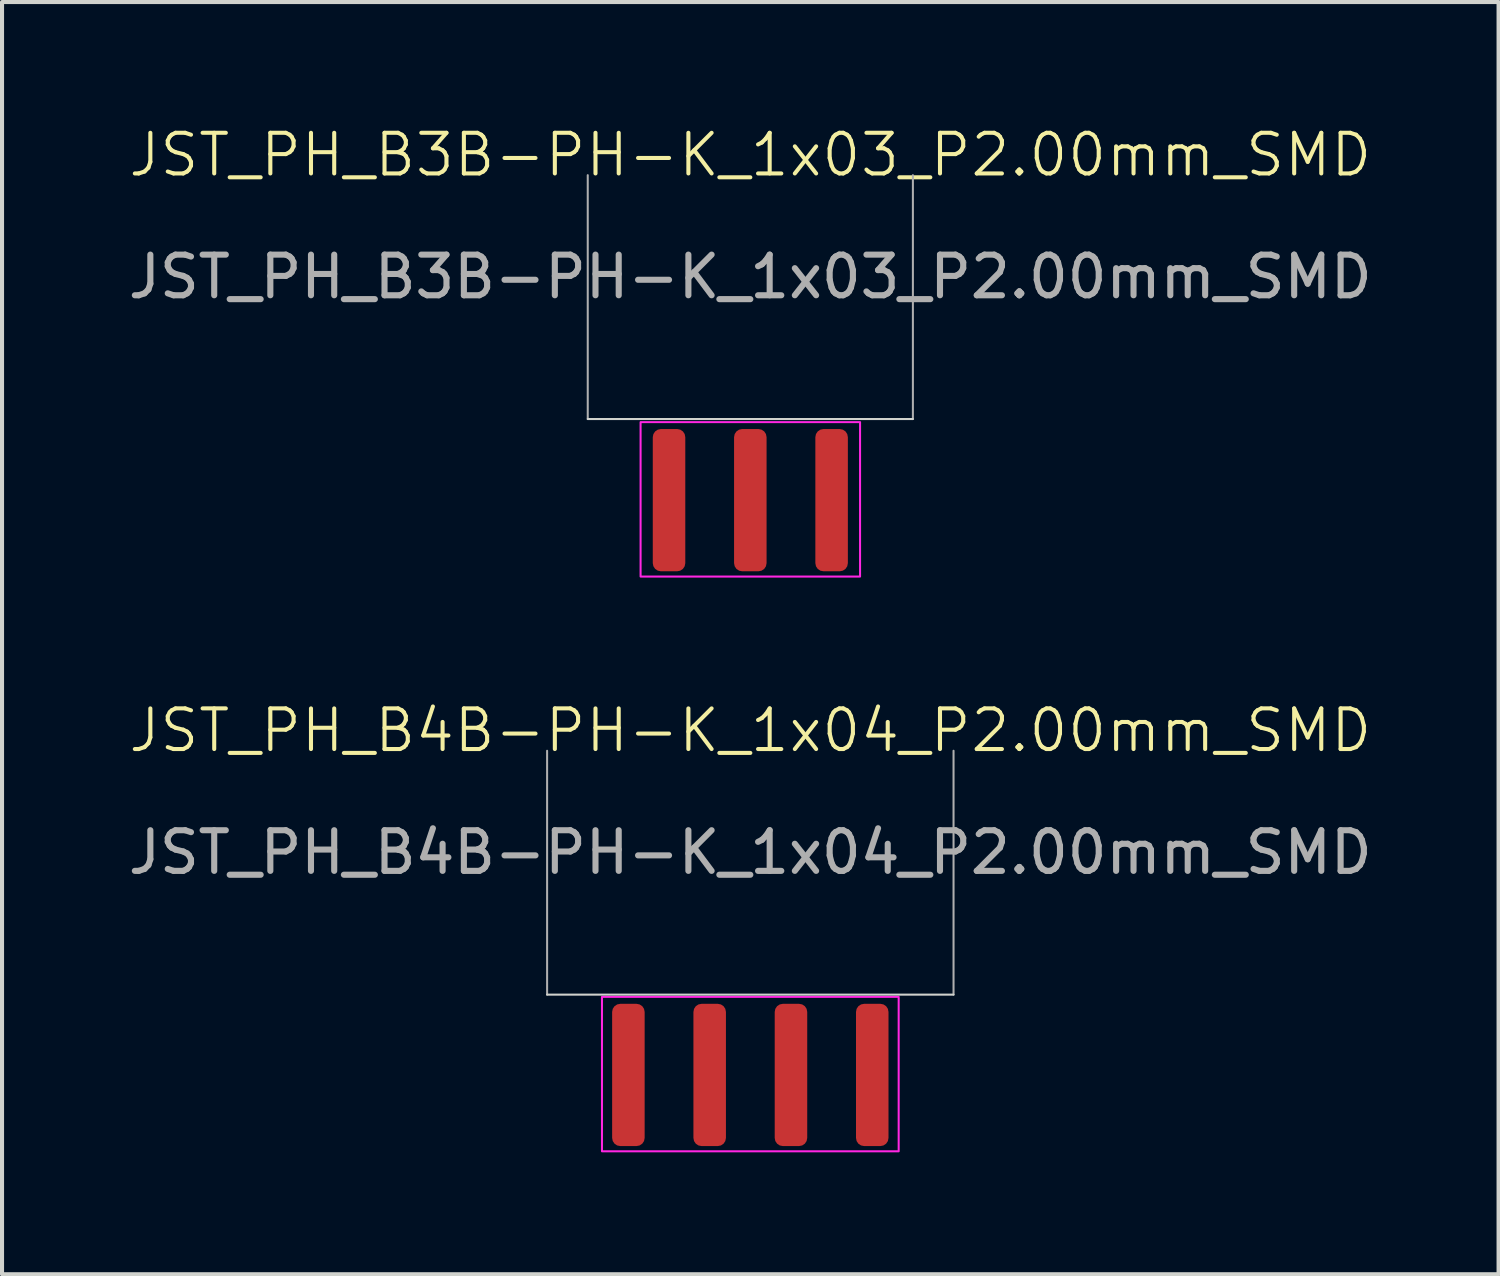
<source format=kicad_pcb>
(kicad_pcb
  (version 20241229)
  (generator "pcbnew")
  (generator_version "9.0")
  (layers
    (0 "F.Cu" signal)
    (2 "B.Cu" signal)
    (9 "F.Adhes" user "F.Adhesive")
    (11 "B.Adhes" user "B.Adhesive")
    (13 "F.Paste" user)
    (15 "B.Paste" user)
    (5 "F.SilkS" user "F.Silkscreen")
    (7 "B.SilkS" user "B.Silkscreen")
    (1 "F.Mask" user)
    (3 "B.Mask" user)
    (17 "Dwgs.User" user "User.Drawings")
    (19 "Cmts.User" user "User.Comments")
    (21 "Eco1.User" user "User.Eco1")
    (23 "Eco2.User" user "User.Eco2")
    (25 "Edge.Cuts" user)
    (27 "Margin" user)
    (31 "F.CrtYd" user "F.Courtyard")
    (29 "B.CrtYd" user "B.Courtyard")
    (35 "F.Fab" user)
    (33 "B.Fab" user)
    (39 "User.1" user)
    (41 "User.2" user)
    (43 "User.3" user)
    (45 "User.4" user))
  (footprint "JST_PH_B4B-PH-K_1x04_P2.00mm_SMD"
    (layer "F.Cu")
    (at 15.411 15.422)
    (property "Reference" "JST_PH_B4B-PH-K_1x04_P2.00mm_SMD" (at 0 -0.5 0) (unlocked yes) (layer "F.SilkS") (effects (font (size 1 1) (thickness 0.1))))
    (attr smd)
    (fp_line (start -5 6) (end 5 6) (stroke (width 0.05) (type default)) (layer "Edge.Cuts"))
    (fp_rect (start -3.65 6.055) (end 3.65 9.855) (stroke (width 0.05) (type default)) (fill no) (layer "F.CrtYd"))
    (fp_line (start -5 0) (end -5 6) (stroke (width 0.05) (type default)) (layer "F.Fab"))
    (fp_line (start 5 0) (end 5 6) (stroke (width 0.05) (type default)) (layer "F.Fab"))
    (fp_text user "${REFERENCE}" (at 0 2.5 0) (unlocked yes) (layer "F.Fab") (effects (font (size 1 1) (thickness 0.15))))
    (pad "1" smd roundrect (at -3 7.976) (size 0.8 3.5) (layers "F.Cu" "F.Mask" "F.Paste") (roundrect_rratio 0.25))
    (pad "2" smd roundrect (at -1 7.976) (size 0.8 3.5) (layers "F.Cu" "F.Mask" "F.Paste") (roundrect_rratio 0.25))
    (pad "3" smd roundrect (at 1 7.976) (size 0.8 3.5) (layers "F.Cu" "F.Mask" "F.Paste") (roundrect_rratio 0.25))
    (pad "4" smd roundrect (at 3 7.976) (size 0.8 3.5) (layers "F.Cu" "F.Mask" "F.Paste") (roundrect_rratio 0.25)))
  (footprint "JST_PH_B3B-PH-K_1x03_P2.00mm_SMD"
    (layer "F.Cu")
    (at 15.411 1.26)
    (property "Reference" "JST_PH_B3B-PH-K_1x03_P2.00mm_SMD" (at 0 -0.5 0) (unlocked yes) (layer "F.SilkS") (effects (font (size 1 1) (thickness 0.1))))
    (attr smd)
    (fp_line (start -4 6) (end 4 6) (stroke (width 0.05) (type default)) (layer "Edge.Cuts"))
    (fp_rect (start -2.7 6.076) (end 2.7 9.876) (stroke (width 0.05) (type default)) (fill no) (layer "F.CrtYd"))
    (fp_line (start -4 0) (end -4 6) (stroke (width 0.05) (type default)) (layer "F.Fab"))
    (fp_line (start 4 0) (end 4 6) (stroke (width 0.05) (type default)) (layer "F.Fab"))
    (fp_text user "${REFERENCE}" (at 0 2.5 0) (unlocked yes) (layer "F.Fab") (effects (font (size 1 1) (thickness 0.15))))
    (pad "1" smd roundrect (at -2 7.996) (size 0.8 3.5) (layers "F.Cu" "F.Mask" "F.Paste") (roundrect_rratio 0.25))
    (pad "2" smd roundrect (at 0 7.996) (size 0.8 3.5) (layers "F.Cu" "F.Mask" "F.Paste") (roundrect_rratio 0.25))
    (pad "3" smd roundrect (at 2 7.996) (size 0.8 3.5) (layers "F.Cu" "F.Mask" "F.Paste") (roundrect_rratio 0.25)))
  (gr_rect
    (start -3 -3)
    (end 33.821 28.302)
    (stroke (width 0.1) (type default))
    (fill no)
    (layer "Edge.Cuts")))
</source>
